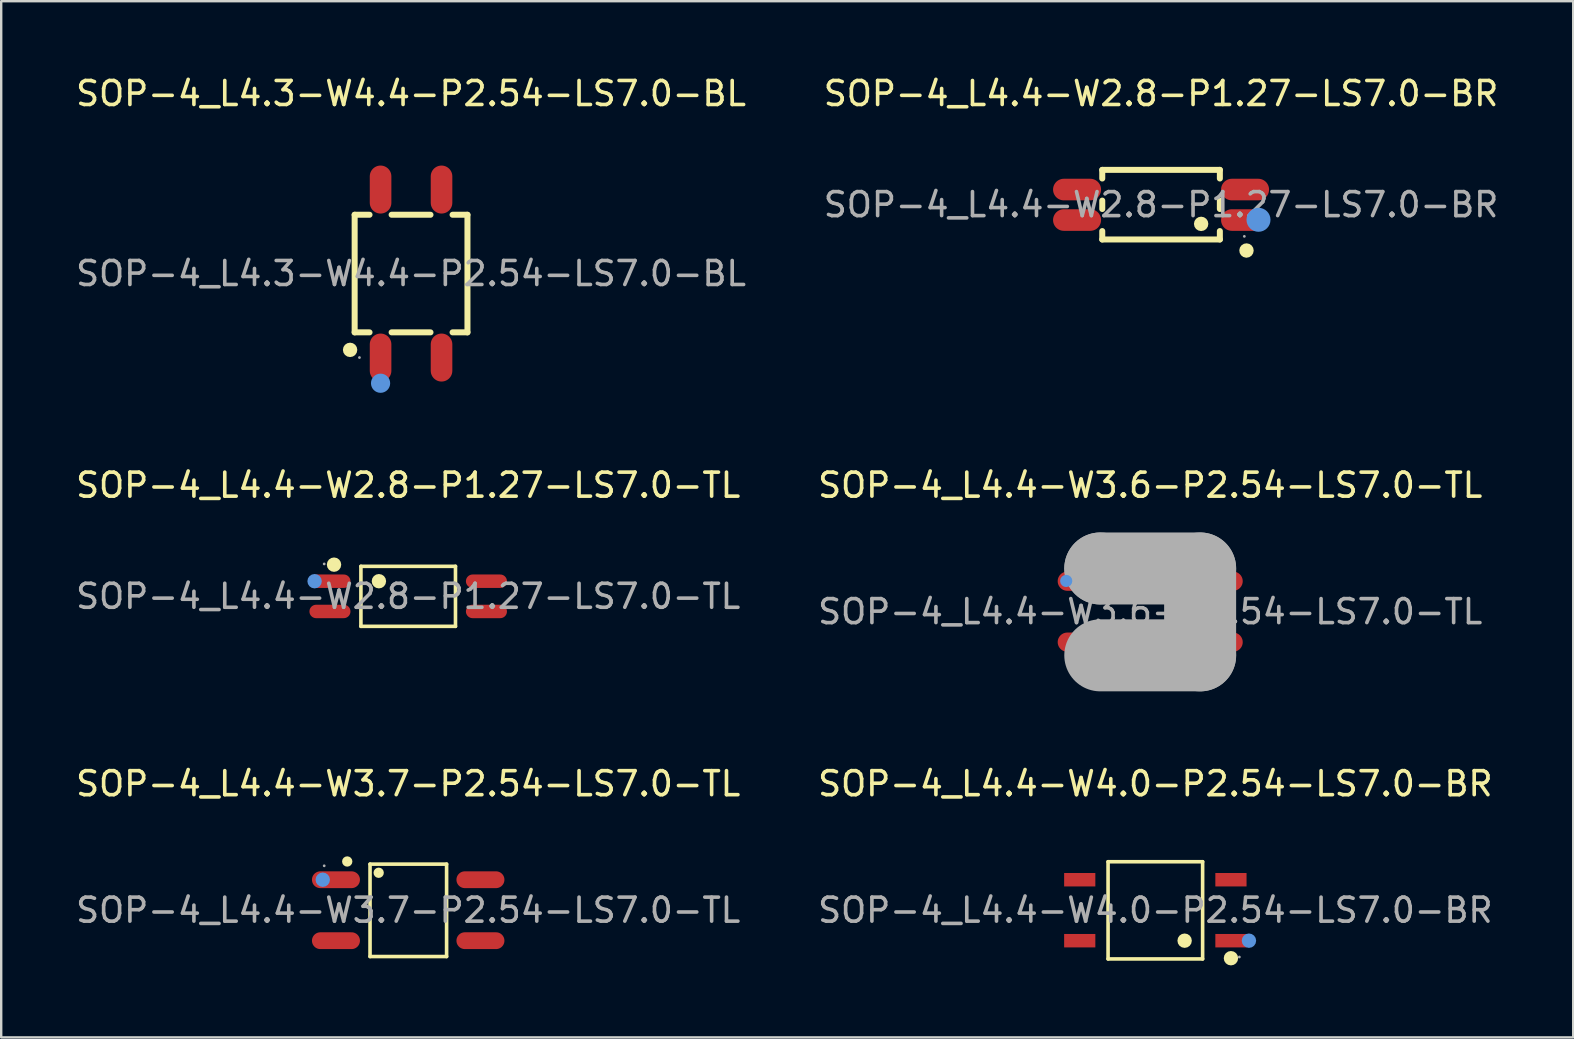
<source format=kicad_pcb>
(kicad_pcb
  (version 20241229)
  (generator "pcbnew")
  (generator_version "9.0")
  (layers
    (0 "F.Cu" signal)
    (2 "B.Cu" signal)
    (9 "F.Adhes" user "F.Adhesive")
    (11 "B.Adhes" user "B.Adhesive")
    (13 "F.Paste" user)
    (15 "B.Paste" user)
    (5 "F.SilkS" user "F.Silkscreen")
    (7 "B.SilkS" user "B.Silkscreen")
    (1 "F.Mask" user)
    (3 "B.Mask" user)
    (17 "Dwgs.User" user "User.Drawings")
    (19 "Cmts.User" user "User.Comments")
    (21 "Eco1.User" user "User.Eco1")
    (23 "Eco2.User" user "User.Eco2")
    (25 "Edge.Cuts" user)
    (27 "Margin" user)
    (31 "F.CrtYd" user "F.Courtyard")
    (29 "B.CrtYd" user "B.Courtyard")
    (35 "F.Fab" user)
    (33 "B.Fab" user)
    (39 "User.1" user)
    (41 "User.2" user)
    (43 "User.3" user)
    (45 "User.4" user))
  (footprint "SOP-4_L4.4-W2.8-P1.27-LS7.0-BR"
    (layer "F.Cu")
    (at 45.327 5.478)
    (property "Reference" "SOP-4_L4.4-W2.8-P1.27-LS7.0-BR" (at 0 -4.63 0) (layer "F.SilkS") (effects (font (size 1 1) (thickness 0.15))))
    (attr through_hole)
    (fp_line (start -2.45 -1.45) (end 2.45 -1.45) (stroke (width 0.25) (type solid)) (layer "F.SilkS"))
    (fp_line (start -2.45 -1.09) (end -2.45 -1.45) (stroke (width 0.25) (type solid)) (layer "F.SilkS"))
    (fp_line (start -2.45 0.18) (end -2.45 -0.17) (stroke (width 0.25) (type solid)) (layer "F.SilkS"))
    (fp_line (start -2.45 1.45) (end -2.45 1.1) (stroke (width 0.25) (type solid)) (layer "F.SilkS"))
    (fp_line (start -2.45 1.45) (end 2.45 1.45) (stroke (width 0.25) (type solid)) (layer "F.SilkS"))
    (fp_line (start 2.45 -1.09) (end 2.45 -1.45) (stroke (width 0.25) (type solid)) (layer "F.SilkS"))
    (fp_line (start 2.45 0.18) (end 2.45 -0.17) (stroke (width 0.25) (type solid)) (layer "F.SilkS"))
    (fp_line (start 2.45 1.45) (end 2.45 1.1) (stroke (width 0.25) (type solid)) (layer "F.SilkS"))
    (fp_arc (start 1.67 0.8) (mid 1.67 0.8) (end 1.67 0.8) (stroke (width 0.3) (type solid)) (layer "F.SilkS"))
    (fp_arc (start 3.55 2.06) (mid 3.564995 1.75975) (end 3.560016 2.060333) (stroke (width 0.3) (type solid)) (layer "F.SilkS"))
    (fp_circle (center 4.06 0.63) (end 4.31 0.63) (stroke (width 0.5) (type solid)) (fill no) (layer "Cmts.User"))
    (fp_circle (center 3.47 1.32) (end 3.5 1.32) (stroke (width 0.06) (type solid)) (fill no) (layer "F.Fab"))
    (fp_text user "${REFERENCE}" (at 0 0 0) (layer "F.Fab") (effects (font (size 1 1) (thickness 0.15))))
    (pad "1" smd oval (at 3.5 0.64 270) (size 0.9 2) (layers "F.Cu" "F.Mask" "F.Paste"))
    (pad "2" smd oval (at 3.5 -0.63 270) (size 0.9 2) (layers "F.Cu" "F.Mask" "F.Paste"))
    (pad "3" smd oval (at -3.5 -0.63 270) (size 0.9 2) (layers "F.Cu" "F.Mask" "F.Paste"))
    (pad "4" smd oval (at -3.5 0.64 270) (size 0.9 2) (layers "F.Cu" "F.Mask" "F.Paste")))
  (footprint "SOP-4_L4.3-W4.4-P2.54-LS7.0-BL"
    (layer "F.Cu")
    (at 14.077 8.348)
    (property "Reference" "SOP-4_L4.3-W4.4-P2.54-LS7.0-BL" (at 0 -7.5 0) (layer "F.SilkS") (effects (font (size 1 1) (thickness 0.15))))
    (attr through_hole)
    (fp_line (start -2.35 -2.45) (end -2.35 2.45) (stroke (width 0.25) (type solid)) (layer "F.SilkS"))
    (fp_line (start -2.35 -2.45) (end -1.73 -2.45) (stroke (width 0.25) (type solid)) (layer "F.SilkS"))
    (fp_line (start -2.35 2.45) (end -1.73 2.45) (stroke (width 0.25) (type solid)) (layer "F.SilkS"))
    (fp_line (start -0.81 -2.45) (end 0.81 -2.45) (stroke (width 0.25) (type solid)) (layer "F.SilkS"))
    (fp_line (start -0.81 2.45) (end 0.81 2.45) (stroke (width 0.25) (type solid)) (layer "F.SilkS"))
    (fp_line (start 1.73 -2.45) (end 2.35 -2.45) (stroke (width 0.25) (type solid)) (layer "F.SilkS"))
    (fp_line (start 1.73 2.45) (end 2.35 2.45) (stroke (width 0.25) (type solid)) (layer "F.SilkS"))
    (fp_line (start 2.35 -2.45) (end 2.35 2.45) (stroke (width 0.25) (type solid)) (layer "F.SilkS"))
    (fp_arc (start -2.54 3.18) (mid -2.54 3.18) (end -2.54 3.18) (stroke (width 0.3) (type solid)) (layer "F.SilkS"))
    (fp_circle (center -1.27 4.57) (end -1.07 4.57) (stroke (width 0.4) (type solid)) (fill no) (layer "Cmts.User"))
    (fp_circle (center -2.15 3.5) (end -2.12 3.5) (stroke (width 0.06) (type solid)) (fill no) (layer "F.Fab"))
    (fp_text user "${REFERENCE}" (at 0 0 0) (layer "F.Fab") (effects (font (size 1 1) (thickness 0.15))))
    (pad "1" smd oval (at -1.27 3.5 180) (size 0.9 2) (layers "F.Cu" "F.Mask" "F.Paste"))
    (pad "2" smd oval (at 1.27 3.5 180) (size 0.9 2) (layers "F.Cu" "F.Mask" "F.Paste"))
    (pad "3" smd oval (at 1.27 -3.5 180) (size 0.9 2) (layers "F.Cu" "F.Mask" "F.Paste"))
    (pad "4" smd oval (at -1.27 -3.5 180) (size 0.9 2) (layers "F.Cu" "F.Mask" "F.Paste")))
  (footprint "SOP-4_L4.4-W3.7-P2.54-LS7.0-TL"
    (layer "F.Cu")
    (at 13.958 34.875)
    (property "Reference" "SOP-4_L4.4-W3.7-P2.54-LS7.0-TL" (at 0 -5.27 0) (layer "F.SilkS") (effects (font (size 1 1) (thickness 0.15))))
    (attr through_hole)
    (fp_line (start -1.59 -1.92) (end 1.6 -1.92) (stroke (width 0.15) (type solid)) (layer "F.SilkS"))
    (fp_line (start -1.59 1.93) (end -1.59 -1.92) (stroke (width 0.15) (type solid)) (layer "F.SilkS"))
    (fp_line (start 1.6 -1.92) (end 1.6 1.93) (stroke (width 0.15) (type solid)) (layer "F.SilkS"))
    (fp_line (start 1.6 1.93) (end -1.59 1.93) (stroke (width 0.15) (type solid)) (layer "F.SilkS"))
    (fp_circle (center -2.54 -2.03) (end -2.43 -2.03) (stroke (width 0.21) (type solid)) (fill no) (layer "F.SilkS"))
    (fp_circle (center -1.23 -1.56) (end -1.12 -1.56) (stroke (width 0.21) (type solid)) (fill no) (layer "F.SilkS"))
    (fp_circle (center -3.56 -1.27) (end -3.41 -1.27) (stroke (width 0.3) (type solid)) (fill no) (layer "Cmts.User"))
    (fp_circle (center -3.5 -1.85) (end -3.47 -1.85) (stroke (width 0.06) (type solid)) (fill no) (layer "F.Fab"))
    (fp_text user "${REFERENCE}" (at 0 0 0) (layer "F.Fab") (effects (font (size 1 1) (thickness 0.15))))
    (pad "1" smd oval (at -3.01 -1.27) (size 2 0.7) (layers "F.Cu" "F.Mask" "F.Paste"))
    (pad "2" smd oval (at -3.01 1.27) (size 2 0.7) (layers "F.Cu" "F.Mask" "F.Paste"))
    (pad "3" smd oval (at 3.01 1.27) (size 2 0.7) (layers "F.Cu" "F.Mask" "F.Paste"))
    (pad "4" smd oval (at 3.01 -1.27) (size 2 0.7) (layers "F.Cu" "F.Mask" "F.Paste")))
  (footprint "SOP-4_L4.4-W3.6-P2.54-LS7.0-TL"
    (layer "F.Cu")
    (at 44.875 22.436)
    (property "Reference" "SOP-4_L4.4-W3.6-P2.54-LS7.0-TL" (at 0 -5.27 0) (layer "F.SilkS") (effects (font (size 1 1) (thickness 0.15))))
    (attr through_hole)
    (fp_arc (start -2.83 -1.98) (mid -2.815012 -2.380188) (end -2.819973 -1.97975) (stroke (width 0.4) (type solid)) (layer "F.SilkS"))
    (fp_circle (center -3.5 -1.28) (end -3.37 -1.28) (stroke (width 0.25) (type solid)) (fill no) (layer "Cmts.User"))
    (fp_line (start -2.08 -1.8) (end -2.08 -1.8) (stroke (width 3) (type solid)) (layer "F.Fab"))
    (fp_line (start -2.08 -1.8) (end 2.08 -1.8) (stroke (width 3) (type solid)) (layer "F.Fab"))
    (fp_line (start 2.08 -1.8) (end 2.08 1.82) (stroke (width 3) (type solid)) (layer "F.Fab"))
    (fp_line (start 2.08 1.82) (end -2.08 1.82) (stroke (width 3) (type solid)) (layer "F.Fab"))
    (fp_circle (center -3.5 -1.8) (end -3.47 -1.8) (stroke (width 0.06) (type solid)) (fill no) (layer "F.Fab"))
    (fp_text user "${REFERENCE}" (at 0 0 0) (layer "F.Fab") (effects (font (size 1 1) (thickness 0.15))))
    (pad "1" smd oval (at -3.1 -1.27 270) (size 0.8 1.51) (layers "F.Cu" "F.Mask" "F.Paste"))
    (pad "2" smd oval (at -3.1 1.27 270) (size 0.8 1.51) (layers "F.Cu" "F.Mask" "F.Paste"))
    (pad "3" smd oval (at 3.1 1.27 270) (size 0.8 1.51) (layers "F.Cu" "F.Mask" "F.Paste"))
    (pad "4" smd oval (at 3.1 -1.27 270) (size 0.8 1.51) (layers "F.Cu" "F.Mask" "F.Paste")))
  (footprint "SOP-4_L4.4-W2.8-P1.27-LS7.0-TL"
    (layer "F.Cu")
    (at 13.958 21.797)
    (property "Reference" "SOP-4_L4.4-W2.8-P1.27-LS7.0-TL" (at 0 -4.63 0) (layer "F.SilkS") (effects (font (size 1 1) (thickness 0.15))))
    (attr through_hole)
    (fp_line (start -1.97 -1.25) (end 1.97 -1.25) (stroke (width 0.15) (type solid)) (layer "F.SilkS"))
    (fp_line (start -1.97 1.25) (end -1.97 -1.25) (stroke (width 0.15) (type solid)) (layer "F.SilkS"))
    (fp_line (start 1.97 -1.25) (end 1.97 1.25) (stroke (width 0.15) (type solid)) (layer "F.SilkS"))
    (fp_line (start 1.97 1.25) (end -1.97 1.25) (stroke (width 0.15) (type solid)) (layer "F.SilkS"))
    (fp_circle (center -3.09 -1.32) (end -2.94 -1.32) (stroke (width 0.3) (type solid)) (fill no) (layer "F.SilkS"))
    (fp_circle (center -1.22 -0.63) (end -1.07 -0.63) (stroke (width 0.3) (type solid)) (fill no) (layer "F.SilkS"))
    (fp_circle (center -3.9 -0.63) (end -3.75 -0.63) (stroke (width 0.3) (type solid)) (fill no) (layer "Cmts.User"))
    (fp_circle (center -3.5 -1.35) (end -3.47 -1.35) (stroke (width 0.06) (type solid)) (fill no) (layer "F.Fab"))
    (fp_text user "${REFERENCE}" (at 0 0 0) (layer "F.Fab") (effects (font (size 1 1) (thickness 0.15))))
    (pad "1" smd oval (at -3.26 -0.63 270) (size 0.56 1.71) (layers "F.Cu" "F.Mask" "F.Paste"))
    (pad "2" smd oval (at -3.26 0.63 270) (size 0.56 1.71) (layers "F.Cu" "F.Mask" "F.Paste"))
    (pad "3" smd oval (at 3.26 0.63 270) (size 0.56 1.71) (layers "F.Cu" "F.Mask" "F.Paste"))
    (pad "4" smd oval (at 3.26 -0.63 270) (size 0.56 1.71) (layers "F.Cu" "F.Mask" "F.Paste")))
  (footprint "SOP-4_L4.4-W4.0-P2.54-LS7.0-BR"
    (layer "F.Cu")
    (at 45.089 34.875)
    (property "Reference" "SOP-4_L4.4-W4.0-P2.54-LS7.0-BR" (at 0 -5.27 0) (layer "F.SilkS") (effects (font (size 1 1) (thickness 0.15))))
    (attr through_hole)
    (fp_line (start -1.97 -2.02) (end 1.97 -2.02) (stroke (width 0.15) (type solid)) (layer "F.SilkS"))
    (fp_line (start -1.97 2.03) (end -1.97 -2.02) (stroke (width 0.15) (type solid)) (layer "F.SilkS"))
    (fp_line (start 1.97 -2.02) (end 1.97 2.03) (stroke (width 0.15) (type solid)) (layer "F.SilkS"))
    (fp_line (start 1.97 2.03) (end -1.97 2.03) (stroke (width 0.15) (type solid)) (layer "F.SilkS"))
    (fp_circle (center 1.22 1.27) (end 1.37 1.27) (stroke (width 0.3) (type solid)) (fill no) (layer "F.SilkS"))
    (fp_circle (center 3.15 2) (end 3.3 2) (stroke (width 0.3) (type solid)) (fill no) (layer "F.SilkS"))
    (fp_circle (center 3.9 1.27) (end 4.05 1.27) (stroke (width 0.3) (type solid)) (fill no) (layer "Cmts.User"))
    (fp_circle (center 3.5 1.95) (end 3.53 1.95) (stroke (width 0.06) (type solid)) (fill no) (layer "F.Fab"))
    (fp_text user "${REFERENCE}" (at 0 0 0) (layer "F.Fab") (effects (font (size 1 1) (thickness 0.15))))
    (pad "1" smd rect (at 3.15 1.27 90) (size 0.56 1.3) (layers "F.Cu" "F.Mask" "F.Paste"))
    (pad "2" smd rect (at 3.15 -1.27 90) (size 0.56 1.3) (layers "F.Cu" "F.Mask" "F.Paste"))
    (pad "3" smd rect (at -3.15 -1.27 90) (size 0.56 1.3) (layers "F.Cu" "F.Mask" "F.Paste"))
    (pad "4" smd rect (at -3.15 1.27 90) (size 0.56 1.3) (layers "F.Cu" "F.Mask" "F.Paste")))
  (gr_rect
    (start -3 -3)
    (end 62.5 40.175)
    (stroke (width 0.1) (type default))
    (fill no)
    (layer "Edge.Cuts")))
</source>
